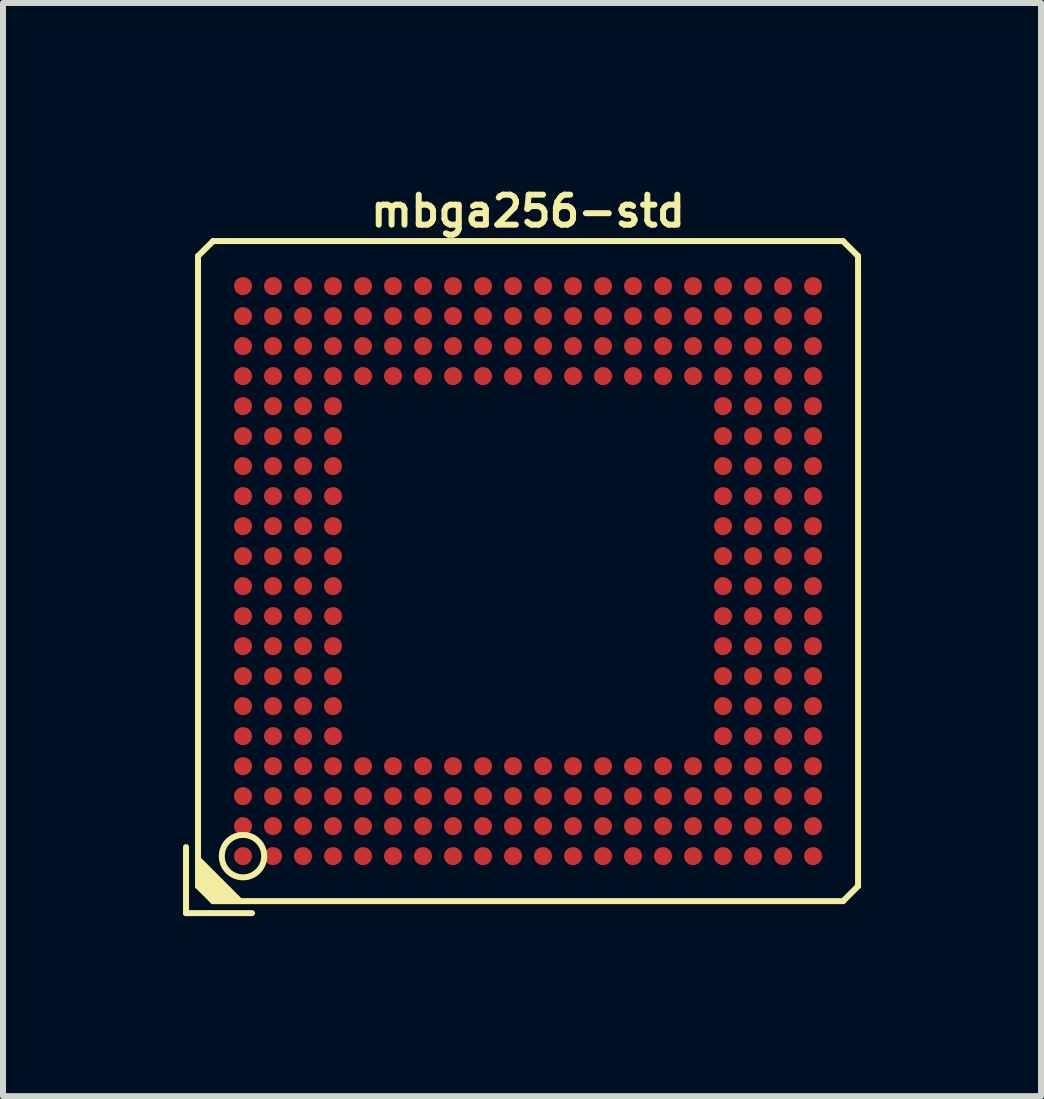
<source format=kicad_pcb>
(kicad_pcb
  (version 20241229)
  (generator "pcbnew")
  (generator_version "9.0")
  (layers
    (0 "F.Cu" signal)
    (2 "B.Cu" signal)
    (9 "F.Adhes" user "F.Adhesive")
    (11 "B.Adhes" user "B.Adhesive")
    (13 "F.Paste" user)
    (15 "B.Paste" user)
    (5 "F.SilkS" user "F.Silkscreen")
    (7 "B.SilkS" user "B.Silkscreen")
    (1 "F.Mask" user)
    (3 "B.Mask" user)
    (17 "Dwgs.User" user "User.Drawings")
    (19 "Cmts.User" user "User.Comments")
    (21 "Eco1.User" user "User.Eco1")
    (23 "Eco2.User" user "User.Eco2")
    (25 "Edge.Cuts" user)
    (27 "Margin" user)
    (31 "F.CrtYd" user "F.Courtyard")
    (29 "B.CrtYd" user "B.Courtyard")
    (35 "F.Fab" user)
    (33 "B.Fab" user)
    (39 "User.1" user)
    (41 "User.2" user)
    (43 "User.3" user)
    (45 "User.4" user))
  (footprint "mbga256-std"
    (layer "F.Cu")
    (at 5.75 6.468)
    (property "Reference" "mbga256-std" (at 0 -6 0) (layer "F.SilkS") (effects (font (size 0.5 0.5) (thickness 0.1))))
    (attr through_hole)
    (fp_line (start -5.7 4.6) (end -5.7 5.7) (stroke (width 0.1) (type solid)) (layer "F.SilkS"))
    (fp_line (start -5.7 5.7) (end -4.6 5.7) (stroke (width 0.1) (type solid)) (layer "F.SilkS"))
    (fp_line (start -5.5 -5.25) (end -5.5 5.25) (stroke (width 0.1) (type solid)) (layer "F.SilkS"))
    (fp_line (start -5.5 -5.25) (end -5.25 -5.5) (stroke (width 0.1) (type solid)) (layer "F.SilkS"))
    (fp_line (start -5.5 4.9) (end -4.9 5.5) (stroke (width 0.1) (type solid)) (layer "F.SilkS"))
    (fp_line (start -5.5 5.1) (end -5.1 5.5) (stroke (width 0.1) (type solid)) (layer "F.SilkS"))
    (fp_line (start -5.5 5.2) (end -5.2 5.5) (stroke (width 0.1) (type solid)) (layer "F.SilkS"))
    (fp_line (start -5.25 5.5) (end -5.5 5.25) (stroke (width 0.1) (type solid)) (layer "F.SilkS"))
    (fp_line (start -5.25 5.5) (end 5.25 5.5) (stroke (width 0.1) (type solid)) (layer "F.SilkS"))
    (fp_line (start -5 5.5) (end -5.5 5) (stroke (width 0.1) (type solid)) (layer "F.SilkS"))
    (fp_line (start -4.8 5.5) (end -5.5 4.8) (stroke (width 0.1) (type solid)) (layer "F.SilkS"))
    (fp_line (start 5.25 -5.5) (end -5.25 -5.5) (stroke (width 0.1) (type solid)) (layer "F.SilkS"))
    (fp_line (start 5.25 -5.5) (end 5.5 -5.25) (stroke (width 0.1) (type solid)) (layer "F.SilkS"))
    (fp_line (start 5.5 5.25) (end 5.25 5.5) (stroke (width 0.1) (type solid)) (layer "F.SilkS"))
    (fp_line (start 5.5 5.25) (end 5.5 -5.25) (stroke (width 0.1) (type solid)) (layer "F.SilkS"))
    (fp_circle (center -4.75 4.75) (end -5 5) (stroke (width 0.1) (type solid)) (fill no) (layer "F.SilkS"))
    (pad "A1" smd circle (at -4.75 4.75) (size 0.3 0.3) (layers "F.Cu" "F.Mask" "F.Paste"))
    (pad "A2" smd circle (at -4.75 4.25) (size 0.3 0.3) (layers "F.Cu" "F.Mask" "F.Paste"))
    (pad "A3" smd circle (at -4.75 3.75) (size 0.3 0.3) (layers "F.Cu" "F.Mask" "F.Paste"))
    (pad "A4" smd circle (at -4.75 3.25) (size 0.3 0.3) (layers "F.Cu" "F.Mask" "F.Paste"))
    (pad "A5" smd circle (at -4.75 2.75) (size 0.3 0.3) (layers "F.Cu" "F.Mask" "F.Paste"))
    (pad "A6" smd circle (at -4.75 2.25) (size 0.3 0.3) (layers "F.Cu" "F.Mask" "F.Paste"))
    (pad "A7" smd circle (at -4.75 1.75) (size 0.3 0.3) (layers "F.Cu" "F.Mask" "F.Paste"))
    (pad "A8" smd circle (at -4.75 1.25) (size 0.3 0.3) (layers "F.Cu" "F.Mask" "F.Paste"))
    (pad "A9" smd circle (at -4.75 0.75) (size 0.3 0.3) (layers "F.Cu" "F.Mask" "F.Paste"))
    (pad "A10" smd circle (at -4.75 0.25) (size 0.3 0.3) (layers "F.Cu" "F.Mask" "F.Paste"))
    (pad "A11" smd circle (at -4.75 -0.25) (size 0.3 0.3) (layers "F.Cu" "F.Mask" "F.Paste"))
    (pad "A12" smd circle (at -4.75 -0.75) (size 0.3 0.3) (layers "F.Cu" "F.Mask" "F.Paste"))
    (pad "A13" smd circle (at -4.75 -1.25) (size 0.3 0.3) (layers "F.Cu" "F.Mask" "F.Paste"))
    (pad "A14" smd circle (at -4.75 -1.75) (size 0.3 0.3) (layers "F.Cu" "F.Mask" "F.Paste"))
    (pad "A15" smd circle (at -4.75 -2.25) (size 0.3 0.3) (layers "F.Cu" "F.Mask" "F.Paste"))
    (pad "A16" smd circle (at -4.75 -2.75) (size 0.3 0.3) (layers "F.Cu" "F.Mask" "F.Paste"))
    (pad "A17" smd circle (at -4.75 -3.25) (size 0.3 0.3) (layers "F.Cu" "F.Mask" "F.Paste"))
    (pad "A18" smd circle (at -4.75 -3.75) (size 0.3 0.3) (layers "F.Cu" "F.Mask" "F.Paste"))
    (pad "A19" smd circle (at -4.75 -4.25) (size 0.3 0.3) (layers "F.Cu" "F.Mask" "F.Paste"))
    (pad "A20" smd circle (at -4.75 -4.75) (size 0.3 0.3) (layers "F.Cu" "F.Mask" "F.Paste"))
    (pad "B1" smd circle (at -4.25 4.75) (size 0.3 0.3) (layers "F.Cu" "F.Mask" "F.Paste"))
    (pad "B2" smd circle (at -4.25 4.25) (size 0.3 0.3) (layers "F.Cu" "F.Mask" "F.Paste"))
    (pad "B3" smd circle (at -4.25 3.75) (size 0.3 0.3) (layers "F.Cu" "F.Mask" "F.Paste"))
    (pad "B4" smd circle (at -4.25 3.25) (size 0.3 0.3) (layers "F.Cu" "F.Mask" "F.Paste"))
    (pad "B5" smd circle (at -4.25 2.75) (size 0.3 0.3) (layers "F.Cu" "F.Mask" "F.Paste"))
    (pad "B6" smd circle (at -4.25 2.25) (size 0.3 0.3) (layers "F.Cu" "F.Mask" "F.Paste"))
    (pad "B7" smd circle (at -4.25 1.75) (size 0.3 0.3) (layers "F.Cu" "F.Mask" "F.Paste"))
    (pad "B8" smd circle (at -4.25 1.25) (size 0.3 0.3) (layers "F.Cu" "F.Mask" "F.Paste"))
    (pad "B9" smd circle (at -4.25 0.75) (size 0.3 0.3) (layers "F.Cu" "F.Mask" "F.Paste"))
    (pad "B10" smd circle (at -4.25 0.25) (size 0.3 0.3) (layers "F.Cu" "F.Mask" "F.Paste"))
    (pad "B11" smd circle (at -4.25 -0.25) (size 0.3 0.3) (layers "F.Cu" "F.Mask" "F.Paste"))
    (pad "B12" smd circle (at -4.25 -0.75) (size 0.3 0.3) (layers "F.Cu" "F.Mask" "F.Paste"))
    (pad "B13" smd circle (at -4.25 -1.25) (size 0.3 0.3) (layers "F.Cu" "F.Mask" "F.Paste"))
    (pad "B14" smd circle (at -4.25 -1.75) (size 0.3 0.3) (layers "F.Cu" "F.Mask" "F.Paste"))
    (pad "B15" smd circle (at -4.25 -2.25) (size 0.3 0.3) (layers "F.Cu" "F.Mask" "F.Paste"))
    (pad "B16" smd circle (at -4.25 -2.75) (size 0.3 0.3) (layers "F.Cu" "F.Mask" "F.Paste"))
    (pad "B17" smd circle (at -4.25 -3.25) (size 0.3 0.3) (layers "F.Cu" "F.Mask" "F.Paste"))
    (pad "B18" smd circle (at -4.25 -3.75) (size 0.3 0.3) (layers "F.Cu" "F.Mask" "F.Paste"))
    (pad "B19" smd circle (at -4.25 -4.25) (size 0.3 0.3) (layers "F.Cu" "F.Mask" "F.Paste"))
    (pad "B20" smd circle (at -4.25 -4.75) (size 0.3 0.3) (layers "F.Cu" "F.Mask" "F.Paste"))
    (pad "C1" smd circle (at -3.75 4.75) (size 0.3 0.3) (layers "F.Cu" "F.Mask" "F.Paste"))
    (pad "C2" smd circle (at -3.75 4.25) (size 0.3 0.3) (layers "F.Cu" "F.Mask" "F.Paste"))
    (pad "C3" smd circle (at -3.75 3.75) (size 0.3 0.3) (layers "F.Cu" "F.Mask" "F.Paste"))
    (pad "C4" smd circle (at -3.75 3.25) (size 0.3 0.3) (layers "F.Cu" "F.Mask" "F.Paste"))
    (pad "C5" smd circle (at -3.75 2.75) (size 0.3 0.3) (layers "F.Cu" "F.Mask" "F.Paste"))
    (pad "C6" smd circle (at -3.75 2.25) (size 0.3 0.3) (layers "F.Cu" "F.Mask" "F.Paste"))
    (pad "C7" smd circle (at -3.75 1.75) (size 0.3 0.3) (layers "F.Cu" "F.Mask" "F.Paste"))
    (pad "C8" smd circle (at -3.75 1.25) (size 0.3 0.3) (layers "F.Cu" "F.Mask" "F.Paste"))
    (pad "C9" smd circle (at -3.75 0.75) (size 0.3 0.3) (layers "F.Cu" "F.Mask" "F.Paste"))
    (pad "C10" smd circle (at -3.75 0.25) (size 0.3 0.3) (layers "F.Cu" "F.Mask" "F.Paste"))
    (pad "C11" smd circle (at -3.75 -0.25) (size 0.3 0.3) (layers "F.Cu" "F.Mask" "F.Paste"))
    (pad "C12" smd circle (at -3.75 -0.75) (size 0.3 0.3) (layers "F.Cu" "F.Mask" "F.Paste"))
    (pad "C13" smd circle (at -3.75 -1.25) (size 0.3 0.3) (layers "F.Cu" "F.Mask" "F.Paste"))
    (pad "C14" smd circle (at -3.75 -1.75) (size 0.3 0.3) (layers "F.Cu" "F.Mask" "F.Paste"))
    (pad "C15" smd circle (at -3.75 -2.25) (size 0.3 0.3) (layers "F.Cu" "F.Mask" "F.Paste"))
    (pad "C16" smd circle (at -3.75 -2.75) (size 0.3 0.3) (layers "F.Cu" "F.Mask" "F.Paste"))
    (pad "C17" smd circle (at -3.75 -3.25) (size 0.3 0.3) (layers "F.Cu" "F.Mask" "F.Paste"))
    (pad "C18" smd circle (at -3.75 -3.75) (size 0.3 0.3) (layers "F.Cu" "F.Mask" "F.Paste"))
    (pad "C19" smd circle (at -3.75 -4.25) (size 0.3 0.3) (layers "F.Cu" "F.Mask" "F.Paste"))
    (pad "C20" smd circle (at -3.75 -4.75) (size 0.3 0.3) (layers "F.Cu" "F.Mask" "F.Paste"))
    (pad "D1" smd circle (at -3.25 4.75) (size 0.3 0.3) (layers "F.Cu" "F.Mask" "F.Paste"))
    (pad "D2" smd circle (at -3.25 4.25) (size 0.3 0.3) (layers "F.Cu" "F.Mask" "F.Paste"))
    (pad "D3" smd circle (at -3.25 3.75) (size 0.3 0.3) (layers "F.Cu" "F.Mask" "F.Paste"))
    (pad "D4" smd circle (at -3.25 3.25) (size 0.3 0.3) (layers "F.Cu" "F.Mask" "F.Paste"))
    (pad "D5" smd circle (at -3.25 2.75) (size 0.3 0.3) (layers "F.Cu" "F.Mask" "F.Paste"))
    (pad "D6" smd circle (at -3.25 2.25) (size 0.3 0.3) (layers "F.Cu" "F.Mask" "F.Paste"))
    (pad "D7" smd circle (at -3.25 1.75) (size 0.3 0.3) (layers "F.Cu" "F.Mask" "F.Paste"))
    (pad "D8" smd circle (at -3.25 1.25) (size 0.3 0.3) (layers "F.Cu" "F.Mask" "F.Paste"))
    (pad "D9" smd circle (at -3.25 0.75) (size 0.3 0.3) (layers "F.Cu" "F.Mask" "F.Paste"))
    (pad "D10" smd circle (at -3.25 0.25) (size 0.3 0.3) (layers "F.Cu" "F.Mask" "F.Paste"))
    (pad "D11" smd circle (at -3.25 -0.25) (size 0.3 0.3) (layers "F.Cu" "F.Mask" "F.Paste"))
    (pad "D12" smd circle (at -3.25 -0.75) (size 0.3 0.3) (layers "F.Cu" "F.Mask" "F.Paste"))
    (pad "D13" smd circle (at -3.25 -1.25) (size 0.3 0.3) (layers "F.Cu" "F.Mask" "F.Paste"))
    (pad "D14" smd circle (at -3.25 -1.75) (size 0.3 0.3) (layers "F.Cu" "F.Mask" "F.Paste"))
    (pad "D15" smd circle (at -3.25 -2.25) (size 0.3 0.3) (layers "F.Cu" "F.Mask" "F.Paste"))
    (pad "D16" smd circle (at -3.25 -2.75) (size 0.3 0.3) (layers "F.Cu" "F.Mask" "F.Paste"))
    (pad "D17" smd circle (at -3.25 -3.25) (size 0.3 0.3) (layers "F.Cu" "F.Mask" "F.Paste"))
    (pad "D18" smd circle (at -3.25 -3.75) (size 0.3 0.3) (layers "F.Cu" "F.Mask" "F.Paste"))
    (pad "D19" smd circle (at -3.25 -4.25) (size 0.3 0.3) (layers "F.Cu" "F.Mask" "F.Paste"))
    (pad "D20" smd circle (at -3.25 -4.75) (size 0.3 0.3) (layers "F.Cu" "F.Mask" "F.Paste"))
    (pad "E1" smd circle (at -2.75 4.75) (size 0.3 0.3) (layers "F.Cu" "F.Mask" "F.Paste"))
    (pad "E2" smd circle (at -2.75 4.25) (size 0.3 0.3) (layers "F.Cu" "F.Mask" "F.Paste"))
    (pad "E3" smd circle (at -2.75 3.75) (size 0.3 0.3) (layers "F.Cu" "F.Mask" "F.Paste"))
    (pad "E4" smd circle (at -2.75 3.25) (size 0.3 0.3) (layers "F.Cu" "F.Mask" "F.Paste"))
    (pad "E17" smd circle (at -2.75 -3.25) (size 0.3 0.3) (layers "F.Cu" "F.Mask" "F.Paste"))
    (pad "E18" smd circle (at -2.75 -3.75) (size 0.3 0.3) (layers "F.Cu" "F.Mask" "F.Paste"))
    (pad "E19" smd circle (at -2.75 -4.25) (size 0.3 0.3) (layers "F.Cu" "F.Mask" "F.Paste"))
    (pad "E20" smd circle (at -2.75 -4.75) (size 0.3 0.3) (layers "F.Cu" "F.Mask" "F.Paste"))
    (pad "F1" smd circle (at -2.25 4.75) (size 0.3 0.3) (layers "F.Cu" "F.Mask" "F.Paste"))
    (pad "F2" smd circle (at -2.25 4.25) (size 0.3 0.3) (layers "F.Cu" "F.Mask" "F.Paste"))
    (pad "F3" smd circle (at -2.25 3.75) (size 0.3 0.3) (layers "F.Cu" "F.Mask" "F.Paste"))
    (pad "F4" smd circle (at -2.25 3.25) (size 0.3 0.3) (layers "F.Cu" "F.Mask" "F.Paste"))
    (pad "F17" smd circle (at -2.25 -3.25) (size 0.3 0.3) (layers "F.Cu" "F.Mask" "F.Paste"))
    (pad "F18" smd circle (at -2.25 -3.75) (size 0.3 0.3) (layers "F.Cu" "F.Mask" "F.Paste"))
    (pad "F19" smd circle (at -2.25 -4.25) (size 0.3 0.3) (layers "F.Cu" "F.Mask" "F.Paste"))
    (pad "F20" smd circle (at -2.25 -4.75) (size 0.3 0.3) (layers "F.Cu" "F.Mask" "F.Paste"))
    (pad "G1" smd circle (at -1.75 4.75) (size 0.3 0.3) (layers "F.Cu" "F.Mask" "F.Paste"))
    (pad "G2" smd circle (at -1.75 4.25) (size 0.3 0.3) (layers "F.Cu" "F.Mask" "F.Paste"))
    (pad "G3" smd circle (at -1.75 3.75) (size 0.3 0.3) (layers "F.Cu" "F.Mask" "F.Paste"))
    (pad "G4" smd circle (at -1.75 3.25) (size 0.3 0.3) (layers "F.Cu" "F.Mask" "F.Paste"))
    (pad "G17" smd circle (at -1.75 -3.25) (size 0.3 0.3) (layers "F.Cu" "F.Mask" "F.Paste"))
    (pad "G18" smd circle (at -1.75 -3.75) (size 0.3 0.3) (layers "F.Cu" "F.Mask" "F.Paste"))
    (pad "G19" smd circle (at -1.75 -4.25) (size 0.3 0.3) (layers "F.Cu" "F.Mask" "F.Paste"))
    (pad "G20" smd circle (at -1.75 -4.75) (size 0.3 0.3) (layers "F.Cu" "F.Mask" "F.Paste"))
    (pad "H1" smd circle (at -1.25 4.75) (size 0.3 0.3) (layers "F.Cu" "F.Mask" "F.Paste"))
    (pad "H2" smd circle (at -1.25 4.25) (size 0.3 0.3) (layers "F.Cu" "F.Mask" "F.Paste"))
    (pad "H3" smd circle (at -1.25 3.75) (size 0.3 0.3) (layers "F.Cu" "F.Mask" "F.Paste"))
    (pad "H4" smd circle (at -1.25 3.25) (size 0.3 0.3) (layers "F.Cu" "F.Mask" "F.Paste"))
    (pad "H17" smd circle (at -1.25 -3.25) (size 0.3 0.3) (layers "F.Cu" "F.Mask" "F.Paste"))
    (pad "H18" smd circle (at -1.25 -3.75) (size 0.3 0.3) (layers "F.Cu" "F.Mask" "F.Paste"))
    (pad "H19" smd circle (at -1.25 -4.25) (size 0.3 0.3) (layers "F.Cu" "F.Mask" "F.Paste"))
    (pad "H20" smd circle (at -1.25 -4.75) (size 0.3 0.3) (layers "F.Cu" "F.Mask" "F.Paste"))
    (pad "J1" smd circle (at -0.75 4.75) (size 0.3 0.3) (layers "F.Cu" "F.Mask" "F.Paste"))
    (pad "J2" smd circle (at -0.75 4.25) (size 0.3 0.3) (layers "F.Cu" "F.Mask" "F.Paste"))
    (pad "J3" smd circle (at -0.75 3.75) (size 0.3 0.3) (layers "F.Cu" "F.Mask" "F.Paste"))
    (pad "J4" smd circle (at -0.75 3.25) (size 0.3 0.3) (layers "F.Cu" "F.Mask" "F.Paste"))
    (pad "J17" smd circle (at -0.75 -3.25) (size 0.3 0.3) (layers "F.Cu" "F.Mask" "F.Paste"))
    (pad "J18" smd circle (at -0.75 -3.75) (size 0.3 0.3) (layers "F.Cu" "F.Mask" "F.Paste"))
    (pad "J19" smd circle (at -0.75 -4.25) (size 0.3 0.3) (layers "F.Cu" "F.Mask" "F.Paste"))
    (pad "J20" smd circle (at -0.75 -4.75) (size 0.3 0.3) (layers "F.Cu" "F.Mask" "F.Paste"))
    (pad "K1" smd circle (at -0.25 4.75) (size 0.3 0.3) (layers "F.Cu" "F.Mask" "F.Paste"))
    (pad "K2" smd circle (at -0.25 4.25) (size 0.3 0.3) (layers "F.Cu" "F.Mask" "F.Paste"))
    (pad "K3" smd circle (at -0.25 3.75) (size 0.3 0.3) (layers "F.Cu" "F.Mask" "F.Paste"))
    (pad "K4" smd circle (at -0.25 3.25) (size 0.3 0.3) (layers "F.Cu" "F.Mask" "F.Paste"))
    (pad "K17" smd circle (at -0.25 -3.25) (size 0.3 0.3) (layers "F.Cu" "F.Mask" "F.Paste"))
    (pad "K18" smd circle (at -0.25 -3.75) (size 0.3 0.3) (layers "F.Cu" "F.Mask" "F.Paste"))
    (pad "K19" smd circle (at -0.25 -4.25) (size 0.3 0.3) (layers "F.Cu" "F.Mask" "F.Paste"))
    (pad "K20" smd circle (at -0.25 -4.75) (size 0.3 0.3) (layers "F.Cu" "F.Mask" "F.Paste"))
    (pad "L1" smd circle (at 0.25 4.75) (size 0.3 0.3) (layers "F.Cu" "F.Mask" "F.Paste"))
    (pad "L2" smd circle (at 0.25 4.25) (size 0.3 0.3) (layers "F.Cu" "F.Mask" "F.Paste"))
    (pad "L3" smd circle (at 0.25 3.75) (size 0.3 0.3) (layers "F.Cu" "F.Mask" "F.Paste"))
    (pad "L4" smd circle (at 0.25 3.25) (size 0.3 0.3) (layers "F.Cu" "F.Mask" "F.Paste"))
    (pad "L17" smd circle (at 0.25 -3.25) (size 0.3 0.3) (layers "F.Cu" "F.Mask" "F.Paste"))
    (pad "L18" smd circle (at 0.25 -3.75) (size 0.3 0.3) (layers "F.Cu" "F.Mask" "F.Paste"))
    (pad "L19" smd circle (at 0.25 -4.25) (size 0.3 0.3) (layers "F.Cu" "F.Mask" "F.Paste"))
    (pad "L20" smd circle (at 0.25 -4.75) (size 0.3 0.3) (layers "F.Cu" "F.Mask" "F.Paste"))
    (pad "M1" smd circle (at 0.75 4.75) (size 0.3 0.3) (layers "F.Cu" "F.Mask" "F.Paste"))
    (pad "M2" smd circle (at 0.75 4.25) (size 0.3 0.3) (layers "F.Cu" "F.Mask" "F.Paste"))
    (pad "M3" smd circle (at 0.75 3.75) (size 0.3 0.3) (layers "F.Cu" "F.Mask" "F.Paste"))
    (pad "M4" smd circle (at 0.75 3.25) (size 0.3 0.3) (layers "F.Cu" "F.Mask" "F.Paste"))
    (pad "M17" smd circle (at 0.75 -3.25) (size 0.3 0.3) (layers "F.Cu" "F.Mask" "F.Paste"))
    (pad "M18" smd circle (at 0.75 -3.75) (size 0.3 0.3) (layers "F.Cu" "F.Mask" "F.Paste"))
    (pad "M19" smd circle (at 0.75 -4.25) (size 0.3 0.3) (layers "F.Cu" "F.Mask" "F.Paste"))
    (pad "M20" smd circle (at 0.75 -4.75) (size 0.3 0.3) (layers "F.Cu" "F.Mask" "F.Paste"))
    (pad "N1" smd circle (at 1.25 4.75) (size 0.3 0.3) (layers "F.Cu" "F.Mask" "F.Paste"))
    (pad "N2" smd circle (at 1.25 4.25) (size 0.3 0.3) (layers "F.Cu" "F.Mask" "F.Paste"))
    (pad "N3" smd circle (at 1.25 3.75) (size 0.3 0.3) (layers "F.Cu" "F.Mask" "F.Paste"))
    (pad "N4" smd circle (at 1.25 3.25) (size 0.3 0.3) (layers "F.Cu" "F.Mask" "F.Paste"))
    (pad "N17" smd circle (at 1.25 -3.25) (size 0.3 0.3) (layers "F.Cu" "F.Mask" "F.Paste"))
    (pad "N18" smd circle (at 1.25 -3.75) (size 0.3 0.3) (layers "F.Cu" "F.Mask" "F.Paste"))
    (pad "N19" smd circle (at 1.25 -4.25) (size 0.3 0.3) (layers "F.Cu" "F.Mask" "F.Paste"))
    (pad "N20" smd circle (at 1.25 -4.75) (size 0.3 0.3) (layers "F.Cu" "F.Mask" "F.Paste"))
    (pad "P1" smd circle (at 1.75 4.75) (size 0.3 0.3) (layers "F.Cu" "F.Mask" "F.Paste"))
    (pad "P2" smd circle (at 1.75 4.25) (size 0.3 0.3) (layers "F.Cu" "F.Mask" "F.Paste"))
    (pad "P3" smd circle (at 1.75 3.75) (size 0.3 0.3) (layers "F.Cu" "F.Mask" "F.Paste"))
    (pad "P4" smd circle (at 1.75 3.25) (size 0.3 0.3) (layers "F.Cu" "F.Mask" "F.Paste"))
    (pad "P17" smd circle (at 1.75 -3.25) (size 0.3 0.3) (layers "F.Cu" "F.Mask" "F.Paste"))
    (pad "P18" smd circle (at 1.75 -3.75) (size 0.3 0.3) (layers "F.Cu" "F.Mask" "F.Paste"))
    (pad "P19" smd circle (at 1.75 -4.25) (size 0.3 0.3) (layers "F.Cu" "F.Mask" "F.Paste"))
    (pad "P20" smd circle (at 1.75 -4.75) (size 0.3 0.3) (layers "F.Cu" "F.Mask" "F.Paste"))
    (pad "R1" smd circle (at 2.25 4.75) (size 0.3 0.3) (layers "F.Cu" "F.Mask" "F.Paste"))
    (pad "R2" smd circle (at 2.25 4.25) (size 0.3 0.3) (layers "F.Cu" "F.Mask" "F.Paste"))
    (pad "R3" smd circle (at 2.25 3.75) (size 0.3 0.3) (layers "F.Cu" "F.Mask" "F.Paste"))
    (pad "R4" smd circle (at 2.25 3.25) (size 0.3 0.3) (layers "F.Cu" "F.Mask" "F.Paste"))
    (pad "R17" smd circle (at 2.25 -3.25) (size 0.3 0.3) (layers "F.Cu" "F.Mask" "F.Paste"))
    (pad "R18" smd circle (at 2.25 -3.75) (size 0.3 0.3) (layers "F.Cu" "F.Mask" "F.Paste"))
    (pad "R19" smd circle (at 2.25 -4.25) (size 0.3 0.3) (layers "F.Cu" "F.Mask" "F.Paste"))
    (pad "R20" smd circle (at 2.25 -4.75) (size 0.3 0.3) (layers "F.Cu" "F.Mask" "F.Paste"))
    (pad "T1" smd circle (at 2.75 4.75) (size 0.3 0.3) (layers "F.Cu" "F.Mask" "F.Paste"))
    (pad "T2" smd circle (at 2.75 4.25) (size 0.3 0.3) (layers "F.Cu" "F.Mask" "F.Paste"))
    (pad "T3" smd circle (at 2.75 3.75) (size 0.3 0.3) (layers "F.Cu" "F.Mask" "F.Paste"))
    (pad "T4" smd circle (at 2.75 3.25) (size 0.3 0.3) (layers "F.Cu" "F.Mask" "F.Paste"))
    (pad "T17" smd circle (at 2.75 -3.25) (size 0.3 0.3) (layers "F.Cu" "F.Mask" "F.Paste"))
    (pad "T18" smd circle (at 2.75 -3.75) (size 0.3 0.3) (layers "F.Cu" "F.Mask" "F.Paste"))
    (pad "T19" smd circle (at 2.75 -4.25) (size 0.3 0.3) (layers "F.Cu" "F.Mask" "F.Paste"))
    (pad "T20" smd circle (at 2.75 -4.75) (size 0.3 0.3) (layers "F.Cu" "F.Mask" "F.Paste"))
    (pad "U1" smd circle (at 3.25 4.75) (size 0.3 0.3) (layers "F.Cu" "F.Mask" "F.Paste"))
    (pad "U2" smd circle (at 3.25 4.25) (size 0.3 0.3) (layers "F.Cu" "F.Mask" "F.Paste"))
    (pad "U3" smd circle (at 3.25 3.75) (size 0.3 0.3) (layers "F.Cu" "F.Mask" "F.Paste"))
    (pad "U4" smd circle (at 3.25 3.25) (size 0.3 0.3) (layers "F.Cu" "F.Mask" "F.Paste"))
    (pad "U5" smd circle (at 3.25 2.75) (size 0.3 0.3) (layers "F.Cu" "F.Mask" "F.Paste"))
    (pad "U6" smd circle (at 3.25 2.25) (size 0.3 0.3) (layers "F.Cu" "F.Mask" "F.Paste"))
    (pad "U7" smd circle (at 3.25 1.75) (size 0.3 0.3) (layers "F.Cu" "F.Mask" "F.Paste"))
    (pad "U8" smd circle (at 3.25 1.25) (size 0.3 0.3) (layers "F.Cu" "F.Mask" "F.Paste"))
    (pad "U9" smd circle (at 3.25 0.75) (size 0.3 0.3) (layers "F.Cu" "F.Mask" "F.Paste"))
    (pad "U10" smd circle (at 3.25 0.25) (size 0.3 0.3) (layers "F.Cu" "F.Mask" "F.Paste"))
    (pad "U11" smd circle (at 3.25 -0.25) (size 0.3 0.3) (layers "F.Cu" "F.Mask" "F.Paste"))
    (pad "U12" smd circle (at 3.25 -0.75) (size 0.3 0.3) (layers "F.Cu" "F.Mask" "F.Paste"))
    (pad "U13" smd circle (at 3.25 -1.25) (size 0.3 0.3) (layers "F.Cu" "F.Mask" "F.Paste"))
    (pad "U14" smd circle (at 3.25 -1.75) (size 0.3 0.3) (layers "F.Cu" "F.Mask" "F.Paste"))
    (pad "U15" smd circle (at 3.25 -2.25) (size 0.3 0.3) (layers "F.Cu" "F.Mask" "F.Paste"))
    (pad "U16" smd circle (at 3.25 -2.75) (size 0.3 0.3) (layers "F.Cu" "F.Mask" "F.Paste"))
    (pad "U17" smd circle (at 3.25 -3.25) (size 0.3 0.3) (layers "F.Cu" "F.Mask" "F.Paste"))
    (pad "U18" smd circle (at 3.25 -3.75) (size 0.3 0.3) (layers "F.Cu" "F.Mask" "F.Paste"))
    (pad "U19" smd circle (at 3.25 -4.25) (size 0.3 0.3) (layers "F.Cu" "F.Mask" "F.Paste"))
    (pad "U20" smd circle (at 3.25 -4.75) (size 0.3 0.3) (layers "F.Cu" "F.Mask" "F.Paste"))
    (pad "V1" smd circle (at 3.75 4.75) (size 0.3 0.3) (layers "F.Cu" "F.Mask" "F.Paste"))
    (pad "V2" smd circle (at 3.75 4.25) (size 0.3 0.3) (layers "F.Cu" "F.Mask" "F.Paste"))
    (pad "V3" smd circle (at 3.75 3.75) (size 0.3 0.3) (layers "F.Cu" "F.Mask" "F.Paste"))
    (pad "V4" smd circle (at 3.75 3.25) (size 0.3 0.3) (layers "F.Cu" "F.Mask" "F.Paste"))
    (pad "V5" smd circle (at 3.75 2.75) (size 0.3 0.3) (layers "F.Cu" "F.Mask" "F.Paste"))
    (pad "V6" smd circle (at 3.75 2.25) (size 0.3 0.3) (layers "F.Cu" "F.Mask" "F.Paste"))
    (pad "V7" smd circle (at 3.75 1.75) (size 0.3 0.3) (layers "F.Cu" "F.Mask" "F.Paste"))
    (pad "V8" smd circle (at 3.75 1.25) (size 0.3 0.3) (layers "F.Cu" "F.Mask" "F.Paste"))
    (pad "V9" smd circle (at 3.75 0.75) (size 0.3 0.3) (layers "F.Cu" "F.Mask" "F.Paste"))
    (pad "V10" smd circle (at 3.75 0.25) (size 0.3 0.3) (layers "F.Cu" "F.Mask" "F.Paste"))
    (pad "V11" smd circle (at 3.75 -0.25) (size 0.3 0.3) (layers "F.Cu" "F.Mask" "F.Paste"))
    (pad "V12" smd circle (at 3.75 -0.75) (size 0.3 0.3) (layers "F.Cu" "F.Mask" "F.Paste"))
    (pad "V13" smd circle (at 3.75 -1.25) (size 0.3 0.3) (layers "F.Cu" "F.Mask" "F.Paste"))
    (pad "V14" smd circle (at 3.75 -1.75) (size 0.3 0.3) (layers "F.Cu" "F.Mask" "F.Paste"))
    (pad "V15" smd circle (at 3.75 -2.25) (size 0.3 0.3) (layers "F.Cu" "F.Mask" "F.Paste"))
    (pad "V16" smd circle (at 3.75 -2.75) (size 0.3 0.3) (layers "F.Cu" "F.Mask" "F.Paste"))
    (pad "V17" smd circle (at 3.75 -3.25) (size 0.3 0.3) (layers "F.Cu" "F.Mask" "F.Paste"))
    (pad "V18" smd circle (at 3.75 -3.75) (size 0.3 0.3) (layers "F.Cu" "F.Mask" "F.Paste"))
    (pad "V19" smd circle (at 3.75 -4.25) (size 0.3 0.3) (layers "F.Cu" "F.Mask" "F.Paste"))
    (pad "V20" smd circle (at 3.75 -4.75) (size 0.3 0.3) (layers "F.Cu" "F.Mask" "F.Paste"))
    (pad "W1" smd circle (at 4.25 4.75) (size 0.3 0.3) (layers "F.Cu" "F.Mask" "F.Paste"))
    (pad "W2" smd circle (at 4.25 4.25) (size 0.3 0.3) (layers "F.Cu" "F.Mask" "F.Paste"))
    (pad "W3" smd circle (at 4.25 3.75) (size 0.3 0.3) (layers "F.Cu" "F.Mask" "F.Paste"))
    (pad "W4" smd circle (at 4.25 3.25) (size 0.3 0.3) (layers "F.Cu" "F.Mask" "F.Paste"))
    (pad "W5" smd circle (at 4.25 2.75) (size 0.3 0.3) (layers "F.Cu" "F.Mask" "F.Paste"))
    (pad "W6" smd circle (at 4.25 2.25) (size 0.3 0.3) (layers "F.Cu" "F.Mask" "F.Paste"))
    (pad "W7" smd circle (at 4.25 1.75) (size 0.3 0.3) (layers "F.Cu" "F.Mask" "F.Paste"))
    (pad "W8" smd circle (at 4.25 1.25) (size 0.3 0.3) (layers "F.Cu" "F.Mask" "F.Paste"))
    (pad "W9" smd circle (at 4.25 0.75) (size 0.3 0.3) (layers "F.Cu" "F.Mask" "F.Paste"))
    (pad "W10" smd circle (at 4.25 0.25) (size 0.3 0.3) (layers "F.Cu" "F.Mask" "F.Paste"))
    (pad "W11" smd circle (at 4.25 -0.25) (size 0.3 0.3) (layers "F.Cu" "F.Mask" "F.Paste"))
    (pad "W12" smd circle (at 4.25 -0.75) (size 0.3 0.3) (layers "F.Cu" "F.Mask" "F.Paste"))
    (pad "W13" smd circle (at 4.25 -1.25) (size 0.3 0.3) (layers "F.Cu" "F.Mask" "F.Paste"))
    (pad "W14" smd circle (at 4.25 -1.75) (size 0.3 0.3) (layers "F.Cu" "F.Mask" "F.Paste"))
    (pad "W15" smd circle (at 4.25 -2.25) (size 0.3 0.3) (layers "F.Cu" "F.Mask" "F.Paste"))
    (pad "W16" smd circle (at 4.25 -2.75) (size 0.3 0.3) (layers "F.Cu" "F.Mask" "F.Paste"))
    (pad "W17" smd circle (at 4.25 -3.25) (size 0.3 0.3) (layers "F.Cu" "F.Mask" "F.Paste"))
    (pad "W18" smd circle (at 4.25 -3.75) (size 0.3 0.3) (layers "F.Cu" "F.Mask" "F.Paste"))
    (pad "W19" smd circle (at 4.25 -4.25) (size 0.3 0.3) (layers "F.Cu" "F.Mask" "F.Paste"))
    (pad "W20" smd circle (at 4.25 -4.75) (size 0.3 0.3) (layers "F.Cu" "F.Mask" "F.Paste"))
    (pad "Y1" smd circle (at 4.75 4.75) (size 0.3 0.3) (layers "F.Cu" "F.Mask" "F.Paste"))
    (pad "Y2" smd circle (at 4.75 4.25) (size 0.3 0.3) (layers "F.Cu" "F.Mask" "F.Paste"))
    (pad "Y3" smd circle (at 4.75 3.75) (size 0.3 0.3) (layers "F.Cu" "F.Mask" "F.Paste"))
    (pad "Y4" smd circle (at 4.75 3.25) (size 0.3 0.3) (layers "F.Cu" "F.Mask" "F.Paste"))
    (pad "Y5" smd circle (at 4.75 2.75) (size 0.3 0.3) (layers "F.Cu" "F.Mask" "F.Paste"))
    (pad "Y6" smd circle (at 4.75 2.25) (size 0.3 0.3) (layers "F.Cu" "F.Mask" "F.Paste"))
    (pad "Y7" smd circle (at 4.75 1.75) (size 0.3 0.3) (layers "F.Cu" "F.Mask" "F.Paste"))
    (pad "Y8" smd circle (at 4.75 1.25) (size 0.3 0.3) (layers "F.Cu" "F.Mask" "F.Paste"))
    (pad "Y9" smd circle (at 4.75 0.75) (size 0.3 0.3) (layers "F.Cu" "F.Mask" "F.Paste"))
    (pad "Y10" smd circle (at 4.75 0.25) (size 0.3 0.3) (layers "F.Cu" "F.Mask" "F.Paste"))
    (pad "Y11" smd circle (at 4.75 -0.25) (size 0.3 0.3) (layers "F.Cu" "F.Mask" "F.Paste"))
    (pad "Y12" smd circle (at 4.75 -0.75) (size 0.3 0.3) (layers "F.Cu" "F.Mask" "F.Paste"))
    (pad "Y13" smd circle (at 4.75 -1.25) (size 0.3 0.3) (layers "F.Cu" "F.Mask" "F.Paste"))
    (pad "Y14" smd circle (at 4.75 -1.75) (size 0.3 0.3) (layers "F.Cu" "F.Mask" "F.Paste"))
    (pad "Y15" smd circle (at 4.75 -2.25) (size 0.3 0.3) (layers "F.Cu" "F.Mask" "F.Paste"))
    (pad "Y16" smd circle (at 4.75 -2.75) (size 0.3 0.3) (layers "F.Cu" "F.Mask" "F.Paste"))
    (pad "Y17" smd circle (at 4.75 -3.25) (size 0.3 0.3) (layers "F.Cu" "F.Mask" "F.Paste"))
    (pad "Y18" smd circle (at 4.75 -3.75) (size 0.3 0.3) (layers "F.Cu" "F.Mask" "F.Paste"))
    (pad "Y19" smd circle (at 4.75 -4.25) (size 0.3 0.3) (layers "F.Cu" "F.Mask" "F.Paste"))
    (pad "Y20" smd circle (at 4.75 -4.75) (size 0.3 0.3) (layers "F.Cu" "F.Mask" "F.Paste")))
  (gr_rect
    (start -3 -3)
    (end 14.3 15.218)
    (stroke (width 0.1) (type default))
    (fill no)
    (layer "Edge.Cuts")))
</source>
